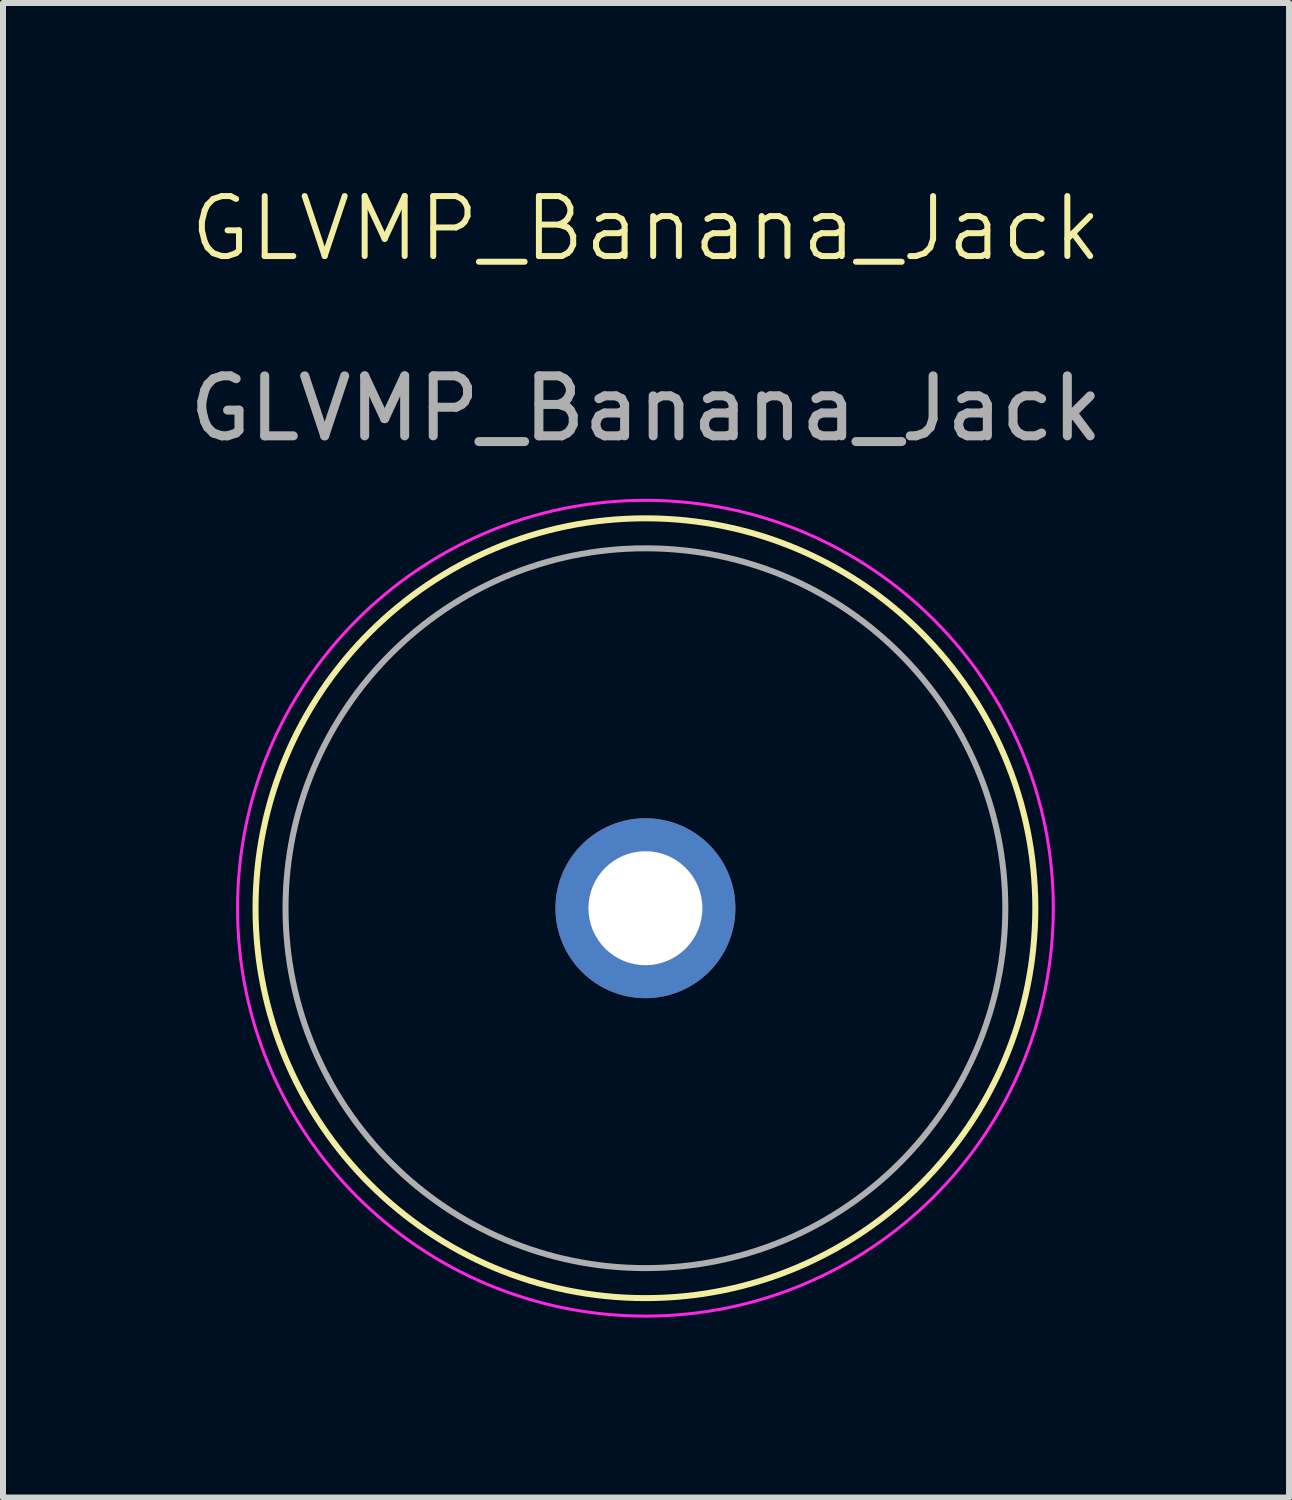
<source format=kicad_pcb>
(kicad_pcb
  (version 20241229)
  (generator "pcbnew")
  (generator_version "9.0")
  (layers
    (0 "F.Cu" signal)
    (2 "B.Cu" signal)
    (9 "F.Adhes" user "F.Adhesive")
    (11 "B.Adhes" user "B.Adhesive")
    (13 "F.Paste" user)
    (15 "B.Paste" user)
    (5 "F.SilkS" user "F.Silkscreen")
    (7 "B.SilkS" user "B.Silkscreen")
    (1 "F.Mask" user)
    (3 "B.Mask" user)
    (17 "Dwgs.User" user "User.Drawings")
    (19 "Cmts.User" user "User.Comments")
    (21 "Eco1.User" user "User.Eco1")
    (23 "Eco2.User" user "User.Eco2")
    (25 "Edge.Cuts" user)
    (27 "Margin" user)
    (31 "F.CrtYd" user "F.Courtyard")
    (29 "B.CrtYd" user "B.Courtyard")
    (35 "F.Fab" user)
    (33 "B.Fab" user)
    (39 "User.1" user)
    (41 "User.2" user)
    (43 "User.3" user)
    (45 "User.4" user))
  (footprint "GLVMP_Banana_Jack"
    (layer "F.Cu")
    (at 7.71 12.091)
    (property "Reference" "GLVMP_Banana_Jack" (at 0.01 -11.33 0) (unlocked yes) (layer "F.SilkS") (effects (font (size 1 1) (thickness 0.1))))
    (attr smd)
    (fp_circle (center 0 0) (end 6.5 0) (stroke (width 0.1) (type solid)) (fill no) (layer "F.SilkS"))
    (fp_circle (center 0 0) (end 6.8 0) (stroke (width 0.05) (type solid)) (fill no) (layer "F.CrtYd"))
    (fp_circle (center 0 0) (end 6 0) (stroke (width 0.1) (type solid)) (fill no) (layer "F.Fab"))
    (fp_text user "${REFERENCE}" (at 0.01 -8.33 0) (unlocked yes) (layer "F.Fab") (effects (font (size 1 1) (thickness 0.15))))
    (pad "1" thru_hole circle (at 0 0) (size 3 3) (drill 1.9) (layers "*.Cu" "*.Mask")))
  (gr_rect
    (start -3 -3)
    (end 18.44 21.916)
    (stroke (width 0.1) (type default))
    (fill no)
    (layer "Edge.Cuts")))
</source>
